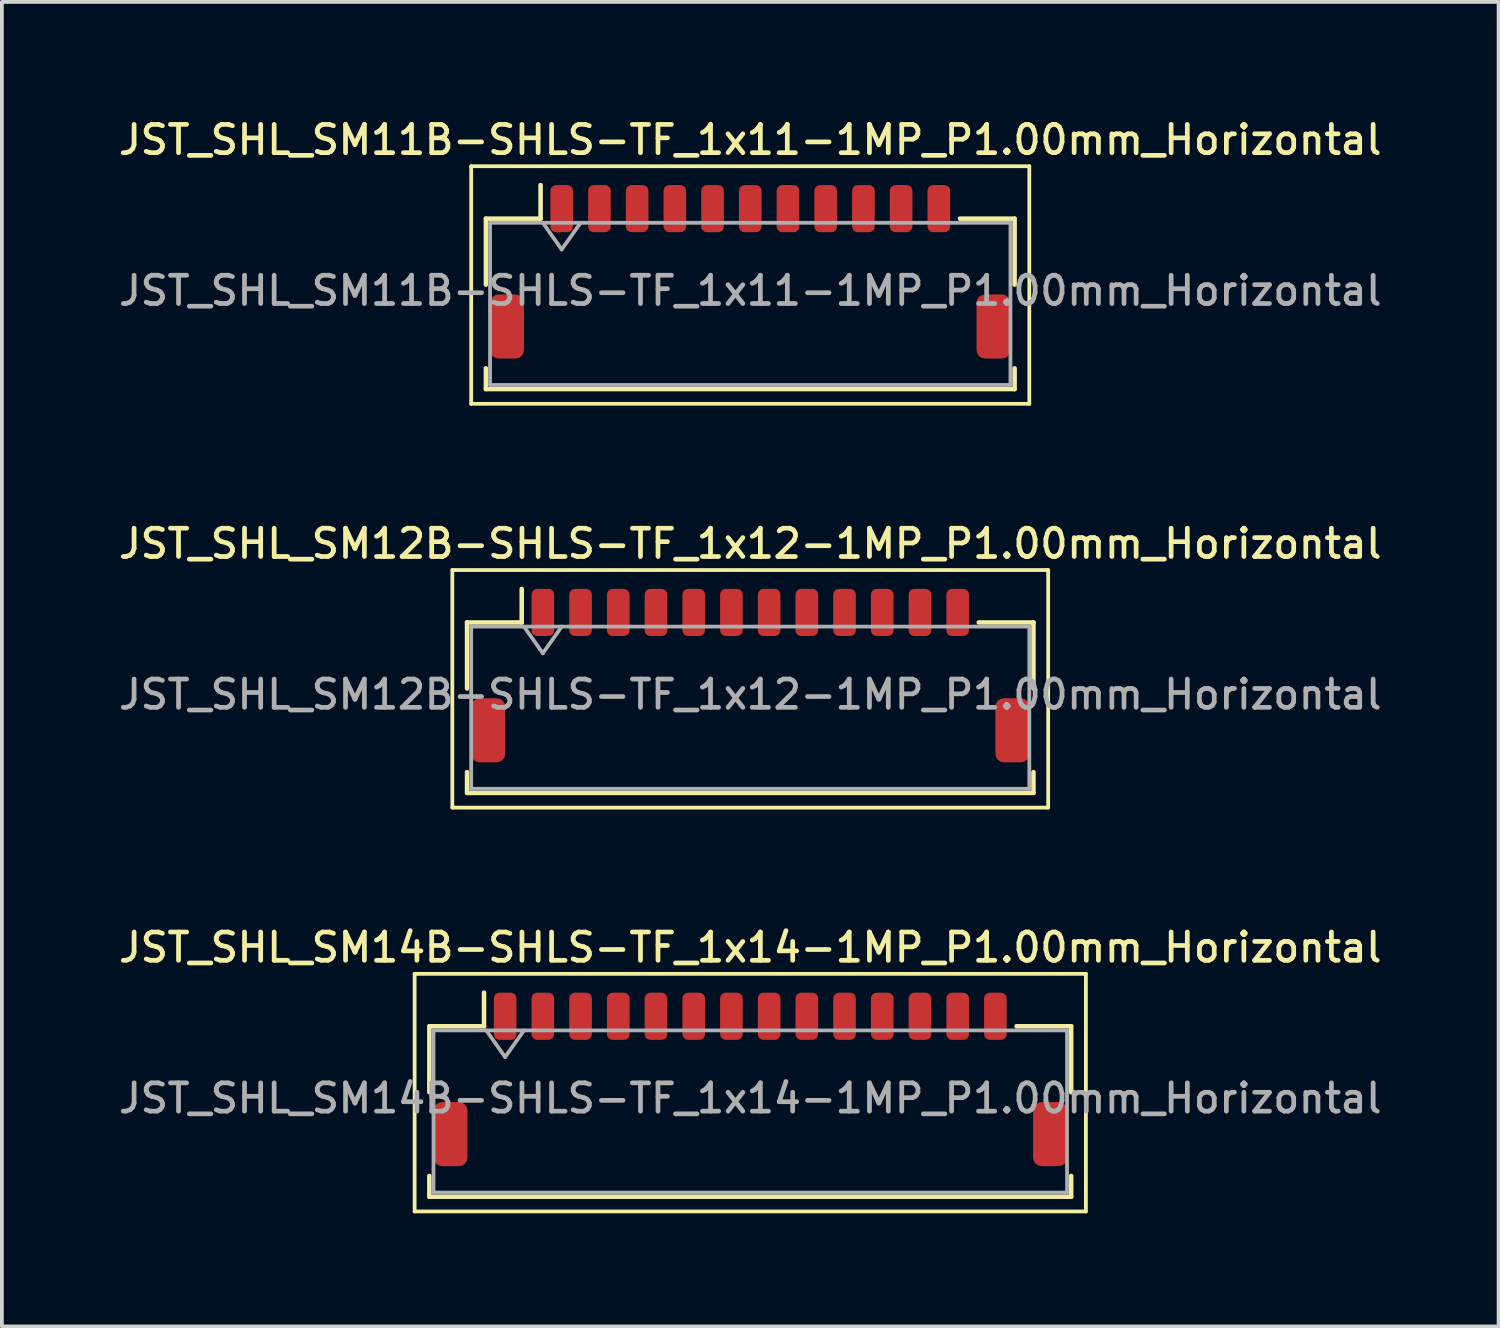
<source format=kicad_pcb>
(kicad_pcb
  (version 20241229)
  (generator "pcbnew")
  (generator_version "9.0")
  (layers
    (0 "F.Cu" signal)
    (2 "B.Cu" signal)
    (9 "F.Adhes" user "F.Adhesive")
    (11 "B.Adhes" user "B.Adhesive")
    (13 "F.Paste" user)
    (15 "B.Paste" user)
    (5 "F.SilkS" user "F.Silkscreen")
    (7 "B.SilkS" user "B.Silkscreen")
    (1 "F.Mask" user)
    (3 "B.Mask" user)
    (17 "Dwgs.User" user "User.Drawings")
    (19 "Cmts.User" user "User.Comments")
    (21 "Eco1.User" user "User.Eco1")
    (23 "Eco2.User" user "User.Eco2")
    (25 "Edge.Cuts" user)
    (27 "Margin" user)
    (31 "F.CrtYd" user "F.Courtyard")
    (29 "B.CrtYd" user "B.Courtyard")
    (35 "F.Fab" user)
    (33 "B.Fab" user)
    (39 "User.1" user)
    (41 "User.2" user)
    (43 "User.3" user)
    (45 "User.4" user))
  (footprint "JST_SHL_SM11B-SHLS-TF_1x11-1MP_P1.00mm_Horizontal"
    (layer "F.Cu")
    (at 16.845 4.158)
    (property "Reference" "JST_SHL_SM11B-SHLS-TF_1x11-1MP_P1.00mm_Horizontal" (at 0 -3.5 0) (layer "F.SilkS") (effects (font (size 0.75 0.75) (thickness 0.125))))
    (attr smd)
    (fp_line (start -7.4 -2.8) (end -7.4 3.5) (stroke (width 0.1) (type solid)) (layer "F.SilkS"))
    (fp_line (start -7.4 3.5) (end 7.4 3.5) (stroke (width 0.1) (type solid)) (layer "F.SilkS"))
    (fp_line (start -7.01 -1.41) (end -5.56 -1.41) (stroke (width 0.12) (type solid)) (layer "F.SilkS"))
    (fp_line (start -7.01 0.34) (end -7.01 -1.41) (stroke (width 0.12) (type solid)) (layer "F.SilkS"))
    (fp_line (start -7.01 2.56) (end -7.01 3.11) (stroke (width 0.12) (type solid)) (layer "F.SilkS"))
    (fp_line (start -7.01 3.11) (end 7.01 3.11) (stroke (width 0.12) (type solid)) (layer "F.SilkS"))
    (fp_line (start -5.56 -1.41) (end -5.56 -2.3) (stroke (width 0.12) (type solid)) (layer "F.SilkS"))
    (fp_line (start 7.01 -1.41) (end 5.56 -1.41) (stroke (width 0.12) (type solid)) (layer "F.SilkS"))
    (fp_line (start 7.01 0.34) (end 7.01 -1.41) (stroke (width 0.12) (type solid)) (layer "F.SilkS"))
    (fp_line (start 7.01 3.11) (end 7.01 2.56) (stroke (width 0.12) (type solid)) (layer "F.SilkS"))
    (fp_line (start 7.4 -2.8) (end -7.4 -2.8) (stroke (width 0.1) (type solid)) (layer "F.SilkS"))
    (fp_line (start 7.4 3.5) (end 7.4 -2.8) (stroke (width 0.1) (type solid)) (layer "F.SilkS"))
    (fp_line (start -6.9 -1.3) (end -6.9 3) (stroke (width 0.1) (type solid)) (layer "F.Fab"))
    (fp_line (start -6.9 -1.3) (end 6.9 -1.3) (stroke (width 0.1) (type solid)) (layer "F.Fab"))
    (fp_line (start -6.9 3) (end 6.9 3) (stroke (width 0.1) (type solid)) (layer "F.Fab"))
    (fp_line (start -5.5 -1.3) (end -5 -0.593) (stroke (width 0.1) (type solid)) (layer "F.Fab"))
    (fp_line (start -5 -0.593) (end -4.5 -1.3) (stroke (width 0.1) (type solid)) (layer "F.Fab"))
    (fp_line (start 6.9 -1.3) (end 6.9 3) (stroke (width 0.1) (type solid)) (layer "F.Fab"))
    (fp_text user "${REFERENCE}" (at 0 0.5 0) (layer "F.Fab") (effects (font (size 0.75 0.75) (thickness 0.125))))
    (pad "1" smd roundrect (at -5 -1.675) (size 0.6 1.25) (layers "F.Cu" "F.Mask" "F.Paste") (roundrect_rratio 0.25))
    (pad "2" smd roundrect (at -4 -1.675) (size 0.6 1.25) (layers "F.Cu" "F.Mask" "F.Paste") (roundrect_rratio 0.25))
    (pad "3" smd roundrect (at -3 -1.675) (size 0.6 1.25) (layers "F.Cu" "F.Mask" "F.Paste") (roundrect_rratio 0.25))
    (pad "4" smd roundrect (at -2 -1.675) (size 0.6 1.25) (layers "F.Cu" "F.Mask" "F.Paste") (roundrect_rratio 0.25))
    (pad "5" smd roundrect (at -1 -1.675) (size 0.6 1.25) (layers "F.Cu" "F.Mask" "F.Paste") (roundrect_rratio 0.25))
    (pad "6" smd roundrect (at 0 -1.675) (size 0.6 1.25) (layers "F.Cu" "F.Mask" "F.Paste") (roundrect_rratio 0.25))
    (pad "7" smd roundrect (at 1 -1.675) (size 0.6 1.25) (layers "F.Cu" "F.Mask" "F.Paste") (roundrect_rratio 0.25))
    (pad "8" smd roundrect (at 2 -1.675) (size 0.6 1.25) (layers "F.Cu" "F.Mask" "F.Paste") (roundrect_rratio 0.25))
    (pad "9" smd roundrect (at 3 -1.675) (size 0.6 1.25) (layers "F.Cu" "F.Mask" "F.Paste") (roundrect_rratio 0.25))
    (pad "10" smd roundrect (at 4 -1.675) (size 0.6 1.25) (layers "F.Cu" "F.Mask" "F.Paste") (roundrect_rratio 0.25))
    (pad "11" smd roundrect (at 5 -1.675) (size 0.6 1.25) (layers "F.Cu" "F.Mask" "F.Paste") (roundrect_rratio 0.25))
    (pad "MP" smd roundrect (at -6.45 1.45) (size 0.9 1.7) (layers "F.Cu" "F.Mask" "F.Paste") (roundrect_rratio 0.25))
    (pad "MP" smd roundrect (at 6.45 1.45) (size 0.9 1.7) (layers "F.Cu" "F.Mask" "F.Paste") (roundrect_rratio 0.25)))
  (footprint "JST_SHL_SM12B-SHLS-TF_1x12-1MP_P1.00mm_Horizontal"
    (layer "F.Cu")
    (at 16.845 14.866)
    (property "Reference" "JST_SHL_SM12B-SHLS-TF_1x12-1MP_P1.00mm_Horizontal" (at 0 -3.5 0) (layer "F.SilkS") (effects (font (size 0.75 0.75) (thickness 0.125))))
    (attr smd)
    (fp_line (start -7.9 -2.8) (end -7.9 3.5) (stroke (width 0.1) (type solid)) (layer "F.SilkS"))
    (fp_line (start -7.9 3.5) (end 7.9 3.5) (stroke (width 0.1) (type solid)) (layer "F.SilkS"))
    (fp_line (start -7.51 -1.41) (end -6.06 -1.41) (stroke (width 0.12) (type solid)) (layer "F.SilkS"))
    (fp_line (start -7.51 0.34) (end -7.51 -1.41) (stroke (width 0.12) (type solid)) (layer "F.SilkS"))
    (fp_line (start -7.51 2.56) (end -7.51 3.11) (stroke (width 0.12) (type solid)) (layer "F.SilkS"))
    (fp_line (start -7.51 3.11) (end 7.51 3.11) (stroke (width 0.12) (type solid)) (layer "F.SilkS"))
    (fp_line (start -6.06 -1.41) (end -6.06 -2.3) (stroke (width 0.12) (type solid)) (layer "F.SilkS"))
    (fp_line (start 7.51 -1.41) (end 6.06 -1.41) (stroke (width 0.12) (type solid)) (layer "F.SilkS"))
    (fp_line (start 7.51 0.34) (end 7.51 -1.41) (stroke (width 0.12) (type solid)) (layer "F.SilkS"))
    (fp_line (start 7.51 3.11) (end 7.51 2.56) (stroke (width 0.12) (type solid)) (layer "F.SilkS"))
    (fp_line (start 7.9 -2.8) (end -7.9 -2.8) (stroke (width 0.1) (type solid)) (layer "F.SilkS"))
    (fp_line (start 7.9 3.5) (end 7.9 -2.8) (stroke (width 0.1) (type solid)) (layer "F.SilkS"))
    (fp_line (start -7.4 -1.3) (end -7.4 3) (stroke (width 0.1) (type solid)) (layer "F.Fab"))
    (fp_line (start -7.4 -1.3) (end 7.4 -1.3) (stroke (width 0.1) (type solid)) (layer "F.Fab"))
    (fp_line (start -7.4 3) (end 7.4 3) (stroke (width 0.1) (type solid)) (layer "F.Fab"))
    (fp_line (start -6 -1.3) (end -5.5 -0.593) (stroke (width 0.1) (type solid)) (layer "F.Fab"))
    (fp_line (start -5.5 -0.593) (end -5 -1.3) (stroke (width 0.1) (type solid)) (layer "F.Fab"))
    (fp_line (start 7.4 -1.3) (end 7.4 3) (stroke (width 0.1) (type solid)) (layer "F.Fab"))
    (fp_text user "${REFERENCE}" (at 0 0.5 0) (layer "F.Fab") (effects (font (size 0.75 0.75) (thickness 0.125))))
    (pad "1" smd roundrect (at -5.5 -1.675) (size 0.6 1.25) (layers "F.Cu" "F.Mask" "F.Paste") (roundrect_rratio 0.25))
    (pad "2" smd roundrect (at -4.5 -1.675) (size 0.6 1.25) (layers "F.Cu" "F.Mask" "F.Paste") (roundrect_rratio 0.25))
    (pad "3" smd roundrect (at -3.5 -1.675) (size 0.6 1.25) (layers "F.Cu" "F.Mask" "F.Paste") (roundrect_rratio 0.25))
    (pad "4" smd roundrect (at -2.5 -1.675) (size 0.6 1.25) (layers "F.Cu" "F.Mask" "F.Paste") (roundrect_rratio 0.25))
    (pad "5" smd roundrect (at -1.5 -1.675) (size 0.6 1.25) (layers "F.Cu" "F.Mask" "F.Paste") (roundrect_rratio 0.25))
    (pad "6" smd roundrect (at -0.5 -1.675) (size 0.6 1.25) (layers "F.Cu" "F.Mask" "F.Paste") (roundrect_rratio 0.25))
    (pad "7" smd roundrect (at 0.5 -1.675) (size 0.6 1.25) (layers "F.Cu" "F.Mask" "F.Paste") (roundrect_rratio 0.25))
    (pad "8" smd roundrect (at 1.5 -1.675) (size 0.6 1.25) (layers "F.Cu" "F.Mask" "F.Paste") (roundrect_rratio 0.25))
    (pad "9" smd roundrect (at 2.5 -1.675) (size 0.6 1.25) (layers "F.Cu" "F.Mask" "F.Paste") (roundrect_rratio 0.25))
    (pad "10" smd roundrect (at 3.5 -1.675) (size 0.6 1.25) (layers "F.Cu" "F.Mask" "F.Paste") (roundrect_rratio 0.25))
    (pad "11" smd roundrect (at 4.5 -1.675) (size 0.6 1.25) (layers "F.Cu" "F.Mask" "F.Paste") (roundrect_rratio 0.25))
    (pad "12" smd roundrect (at 5.5 -1.675) (size 0.6 1.25) (layers "F.Cu" "F.Mask" "F.Paste") (roundrect_rratio 0.25))
    (pad "MP" smd roundrect (at -6.95 1.45) (size 0.9 1.7) (layers "F.Cu" "F.Mask" "F.Paste") (roundrect_rratio 0.25))
    (pad "MP" smd roundrect (at 6.95 1.45) (size 0.9 1.7) (layers "F.Cu" "F.Mask" "F.Paste") (roundrect_rratio 0.25)))
  (footprint "JST_SHL_SM14B-SHLS-TF_1x14-1MP_P1.00mm_Horizontal"
    (layer "F.Cu")
    (at 16.845 25.574)
    (property "Reference" "JST_SHL_SM14B-SHLS-TF_1x14-1MP_P1.00mm_Horizontal" (at 0 -3.5 0) (layer "F.SilkS") (effects (font (size 0.75 0.75) (thickness 0.125))))
    (attr smd)
    (fp_line (start -8.9 -2.8) (end -8.9 3.5) (stroke (width 0.1) (type solid)) (layer "F.SilkS"))
    (fp_line (start -8.9 3.5) (end 8.9 3.5) (stroke (width 0.1) (type solid)) (layer "F.SilkS"))
    (fp_line (start -8.51 -1.41) (end -7.06 -1.41) (stroke (width 0.12) (type solid)) (layer "F.SilkS"))
    (fp_line (start -8.51 0.34) (end -8.51 -1.41) (stroke (width 0.12) (type solid)) (layer "F.SilkS"))
    (fp_line (start -8.51 2.56) (end -8.51 3.11) (stroke (width 0.12) (type solid)) (layer "F.SilkS"))
    (fp_line (start -8.51 3.11) (end 8.51 3.11) (stroke (width 0.12) (type solid)) (layer "F.SilkS"))
    (fp_line (start -7.06 -1.41) (end -7.06 -2.3) (stroke (width 0.12) (type solid)) (layer "F.SilkS"))
    (fp_line (start 8.51 -1.41) (end 7.06 -1.41) (stroke (width 0.12) (type solid)) (layer "F.SilkS"))
    (fp_line (start 8.51 0.34) (end 8.51 -1.41) (stroke (width 0.12) (type solid)) (layer "F.SilkS"))
    (fp_line (start 8.51 3.11) (end 8.51 2.56) (stroke (width 0.12) (type solid)) (layer "F.SilkS"))
    (fp_line (start 8.9 -2.8) (end -8.9 -2.8) (stroke (width 0.1) (type solid)) (layer "F.SilkS"))
    (fp_line (start 8.9 3.5) (end 8.9 -2.8) (stroke (width 0.1) (type solid)) (layer "F.SilkS"))
    (fp_line (start -8.4 -1.3) (end -8.4 3) (stroke (width 0.1) (type solid)) (layer "F.Fab"))
    (fp_line (start -8.4 -1.3) (end 8.4 -1.3) (stroke (width 0.1) (type solid)) (layer "F.Fab"))
    (fp_line (start -8.4 3) (end 8.4 3) (stroke (width 0.1) (type solid)) (layer "F.Fab"))
    (fp_line (start -7 -1.3) (end -6.5 -0.593) (stroke (width 0.1) (type solid)) (layer "F.Fab"))
    (fp_line (start -6.5 -0.593) (end -6 -1.3) (stroke (width 0.1) (type solid)) (layer "F.Fab"))
    (fp_line (start 8.4 -1.3) (end 8.4 3) (stroke (width 0.1) (type solid)) (layer "F.Fab"))
    (fp_text user "${REFERENCE}" (at 0 0.5 0) (layer "F.Fab") (effects (font (size 0.75 0.75) (thickness 0.125))))
    (pad "1" smd roundrect (at -6.5 -1.675) (size 0.6 1.25) (layers "F.Cu" "F.Mask" "F.Paste") (roundrect_rratio 0.25))
    (pad "2" smd roundrect (at -5.5 -1.675) (size 0.6 1.25) (layers "F.Cu" "F.Mask" "F.Paste") (roundrect_rratio 0.25))
    (pad "3" smd roundrect (at -4.5 -1.675) (size 0.6 1.25) (layers "F.Cu" "F.Mask" "F.Paste") (roundrect_rratio 0.25))
    (pad "4" smd roundrect (at -3.5 -1.675) (size 0.6 1.25) (layers "F.Cu" "F.Mask" "F.Paste") (roundrect_rratio 0.25))
    (pad "5" smd roundrect (at -2.5 -1.675) (size 0.6 1.25) (layers "F.Cu" "F.Mask" "F.Paste") (roundrect_rratio 0.25))
    (pad "6" smd roundrect (at -1.5 -1.675) (size 0.6 1.25) (layers "F.Cu" "F.Mask" "F.Paste") (roundrect_rratio 0.25))
    (pad "7" smd roundrect (at -0.5 -1.675) (size 0.6 1.25) (layers "F.Cu" "F.Mask" "F.Paste") (roundrect_rratio 0.25))
    (pad "8" smd roundrect (at 0.5 -1.675) (size 0.6 1.25) (layers "F.Cu" "F.Mask" "F.Paste") (roundrect_rratio 0.25))
    (pad "9" smd roundrect (at 1.5 -1.675) (size 0.6 1.25) (layers "F.Cu" "F.Mask" "F.Paste") (roundrect_rratio 0.25))
    (pad "10" smd roundrect (at 2.5 -1.675) (size 0.6 1.25) (layers "F.Cu" "F.Mask" "F.Paste") (roundrect_rratio 0.25))
    (pad "11" smd roundrect (at 3.5 -1.675) (size 0.6 1.25) (layers "F.Cu" "F.Mask" "F.Paste") (roundrect_rratio 0.25))
    (pad "12" smd roundrect (at 4.5 -1.675) (size 0.6 1.25) (layers "F.Cu" "F.Mask" "F.Paste") (roundrect_rratio 0.25))
    (pad "13" smd roundrect (at 5.5 -1.675) (size 0.6 1.25) (layers "F.Cu" "F.Mask" "F.Paste") (roundrect_rratio 0.25))
    (pad "14" smd roundrect (at 6.5 -1.675) (size 0.6 1.25) (layers "F.Cu" "F.Mask" "F.Paste") (roundrect_rratio 0.25))
    (pad "MP" smd roundrect (at -7.95 1.45) (size 0.9 1.7) (layers "F.Cu" "F.Mask" "F.Paste") (roundrect_rratio 0.25))
    (pad "MP" smd roundrect (at 7.95 1.45) (size 0.9 1.7) (layers "F.Cu" "F.Mask" "F.Paste") (roundrect_rratio 0.25)))
  (gr_rect
    (start -3 -3)
    (end 36.689 32.124)
    (stroke (width 0.1) (type default))
    (fill no)
    (layer "Edge.Cuts")))
</source>
